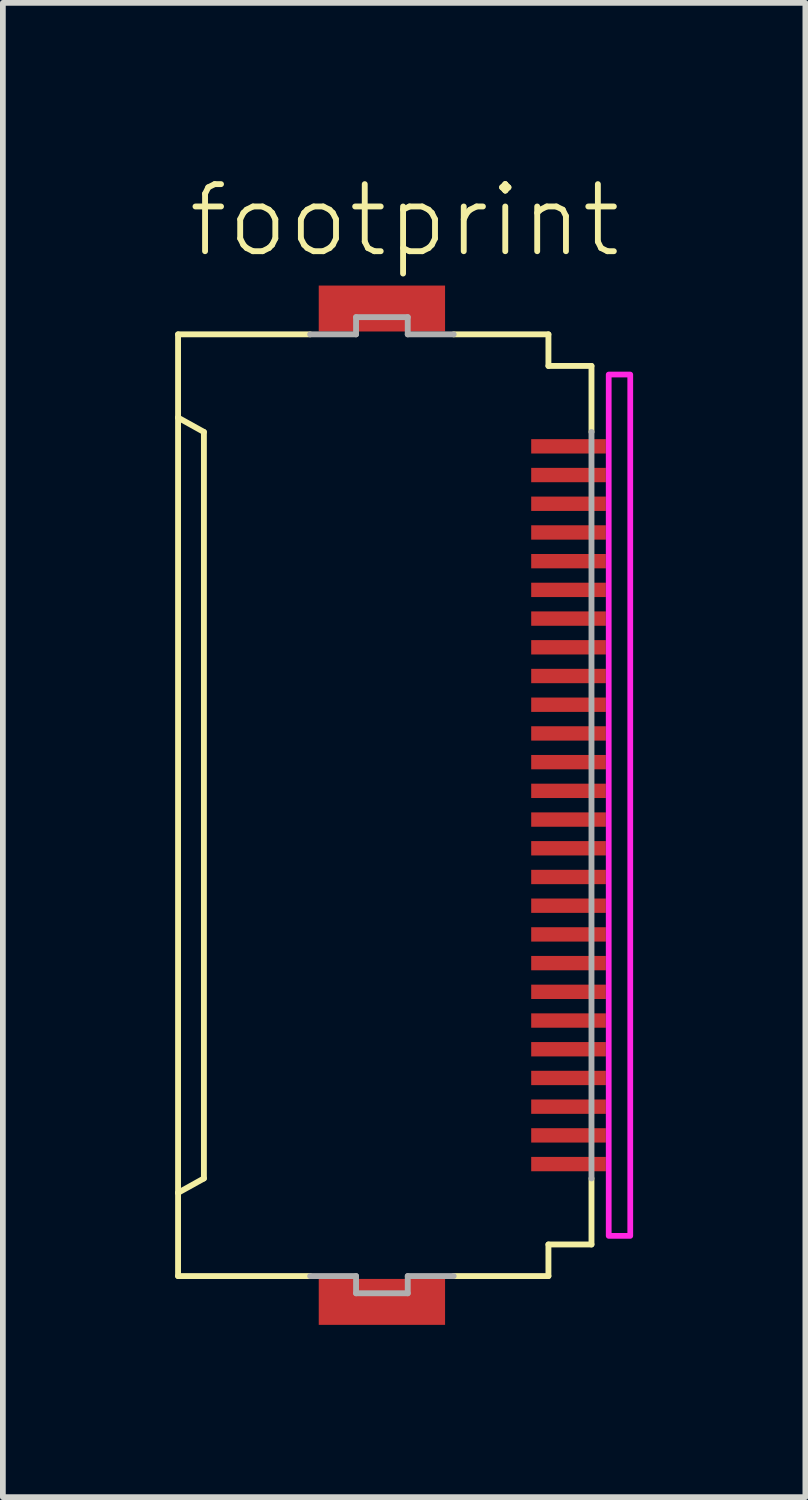
<source format=kicad_pcb>
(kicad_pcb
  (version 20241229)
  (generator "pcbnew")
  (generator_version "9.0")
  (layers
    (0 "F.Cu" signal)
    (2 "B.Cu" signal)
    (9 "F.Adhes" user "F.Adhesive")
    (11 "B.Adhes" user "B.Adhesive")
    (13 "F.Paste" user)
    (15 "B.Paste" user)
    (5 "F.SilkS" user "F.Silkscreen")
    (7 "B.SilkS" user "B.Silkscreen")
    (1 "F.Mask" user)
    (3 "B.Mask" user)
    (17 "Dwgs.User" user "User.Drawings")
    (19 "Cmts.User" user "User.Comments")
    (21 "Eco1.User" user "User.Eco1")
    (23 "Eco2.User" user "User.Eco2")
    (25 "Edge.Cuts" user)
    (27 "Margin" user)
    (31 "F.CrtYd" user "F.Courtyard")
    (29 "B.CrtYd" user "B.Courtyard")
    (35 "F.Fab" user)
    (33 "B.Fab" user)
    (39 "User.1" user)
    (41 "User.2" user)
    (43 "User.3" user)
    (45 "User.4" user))
  (footprint "footprint"
    (layer "F.Cu")
    (at 3.676 10.973)
    (property "Reference" "footprint" (at -3.5 -9.5 0) (layer "F.SilkS") (effects (font (size 1.168 1.168) (thickness 0.102)) (justify left bottom)))
    (fp_poly (pts (xy 2.475 -6.075) (xy 3.875 -6.075) (xy 3.875 -6.425) (xy 2.475 -6.425)) (stroke (width 0) (type solid)) (fill yes) (layer "F.Mask"))
    (fp_poly (pts (xy 2.475 -5.575) (xy 3.875 -5.575) (xy 3.875 -5.925) (xy 2.475 -5.925)) (stroke (width 0) (type solid)) (fill yes) (layer "F.Mask"))
    (fp_poly (pts (xy 2.475 -5.075) (xy 3.875 -5.075) (xy 3.875 -5.425) (xy 2.475 -5.425)) (stroke (width 0) (type solid)) (fill yes) (layer "F.Mask"))
    (fp_poly (pts (xy 2.475 -4.575) (xy 3.875 -4.575) (xy 3.875 -4.925) (xy 2.475 -4.925)) (stroke (width 0) (type solid)) (fill yes) (layer "F.Mask"))
    (fp_poly (pts (xy 2.475 -4.075) (xy 3.875 -4.075) (xy 3.875 -4.425) (xy 2.475 -4.425)) (stroke (width 0) (type solid)) (fill yes) (layer "F.Mask"))
    (fp_poly (pts (xy 2.475 -3.575) (xy 3.875 -3.575) (xy 3.875 -3.925) (xy 2.475 -3.925)) (stroke (width 0) (type solid)) (fill yes) (layer "F.Mask"))
    (fp_poly (pts (xy 2.475 -3.075) (xy 3.875 -3.075) (xy 3.875 -3.425) (xy 2.475 -3.425)) (stroke (width 0) (type solid)) (fill yes) (layer "F.Mask"))
    (fp_poly (pts (xy 2.475 -2.575) (xy 3.875 -2.575) (xy 3.875 -2.925) (xy 2.475 -2.925)) (stroke (width 0) (type solid)) (fill yes) (layer "F.Mask"))
    (fp_poly (pts (xy 2.475 -2.075) (xy 3.875 -2.075) (xy 3.875 -2.425) (xy 2.475 -2.425)) (stroke (width 0) (type solid)) (fill yes) (layer "F.Mask"))
    (fp_poly (pts (xy 2.475 -1.575) (xy 3.875 -1.575) (xy 3.875 -1.925) (xy 2.475 -1.925)) (stroke (width 0) (type solid)) (fill yes) (layer "F.Mask"))
    (fp_poly (pts (xy 2.475 -1.075) (xy 3.875 -1.075) (xy 3.875 -1.425) (xy 2.475 -1.425)) (stroke (width 0) (type solid)) (fill yes) (layer "F.Mask"))
    (fp_poly (pts (xy 2.475 -0.575) (xy 3.875 -0.575) (xy 3.875 -0.925) (xy 2.475 -0.925)) (stroke (width 0) (type solid)) (fill yes) (layer "F.Mask"))
    (fp_poly (pts (xy 2.475 -0.075) (xy 3.875 -0.075) (xy 3.875 -0.425) (xy 2.475 -0.425)) (stroke (width 0) (type solid)) (fill yes) (layer "F.Mask"))
    (fp_poly (pts (xy 2.475 0.425) (xy 3.875 0.425) (xy 3.875 0.075) (xy 2.475 0.075)) (stroke (width 0) (type solid)) (fill yes) (layer "F.Mask"))
    (fp_poly (pts (xy 2.475 0.925) (xy 3.875 0.925) (xy 3.875 0.575) (xy 2.475 0.575)) (stroke (width 0) (type solid)) (fill yes) (layer "F.Mask"))
    (fp_poly (pts (xy 2.475 1.425) (xy 3.875 1.425) (xy 3.875 1.075) (xy 2.475 1.075)) (stroke (width 0) (type solid)) (fill yes) (layer "F.Mask"))
    (fp_poly (pts (xy 2.475 1.925) (xy 3.875 1.925) (xy 3.875 1.575) (xy 2.475 1.575)) (stroke (width 0) (type solid)) (fill yes) (layer "F.Mask"))
    (fp_poly (pts (xy 2.475 2.425) (xy 3.875 2.425) (xy 3.875 2.075) (xy 2.475 2.075)) (stroke (width 0) (type solid)) (fill yes) (layer "F.Mask"))
    (fp_poly (pts (xy 2.475 2.925) (xy 3.875 2.925) (xy 3.875 2.575) (xy 2.475 2.575)) (stroke (width 0) (type solid)) (fill yes) (layer "F.Mask"))
    (fp_poly (pts (xy 2.475 3.425) (xy 3.875 3.425) (xy 3.875 3.075) (xy 2.475 3.075)) (stroke (width 0) (type solid)) (fill yes) (layer "F.Mask"))
    (fp_poly (pts (xy 2.475 3.925) (xy 3.875 3.925) (xy 3.875 3.575) (xy 2.475 3.575)) (stroke (width 0) (type solid)) (fill yes) (layer "F.Mask"))
    (fp_poly (pts (xy 2.475 4.425) (xy 3.875 4.425) (xy 3.875 4.075) (xy 2.475 4.075)) (stroke (width 0) (type solid)) (fill yes) (layer "F.Mask"))
    (fp_poly (pts (xy 2.475 4.925) (xy 3.875 4.925) (xy 3.875 4.575) (xy 2.475 4.575)) (stroke (width 0) (type solid)) (fill yes) (layer "F.Mask"))
    (fp_poly (pts (xy 2.475 5.425) (xy 3.875 5.425) (xy 3.875 5.075) (xy 2.475 5.075)) (stroke (width 0) (type solid)) (fill yes) (layer "F.Mask"))
    (fp_poly (pts (xy 2.475 5.925) (xy 3.875 5.925) (xy 3.875 5.575) (xy 2.475 5.575)) (stroke (width 0) (type solid)) (fill yes) (layer "F.Mask"))
    (fp_poly (pts (xy 2.475 6.425) (xy 3.875 6.425) (xy 3.875 6.075) (xy 2.475 6.075)) (stroke (width 0) (type solid)) (fill yes) (layer "F.Mask"))
    (fp_line (start -3.625 -8.2) (end -1.325 -8.2) (stroke (width 0.102) (type solid)) (layer "F.SilkS"))
    (fp_line (start -3.625 -6.75) (end -3.625 -8.2) (stroke (width 0.102) (type solid)) (layer "F.SilkS"))
    (fp_line (start -3.625 -6.75) (end -3.625 6.75) (stroke (width 0.102) (type solid)) (layer "F.SilkS"))
    (fp_line (start -3.625 6.75) (end -3.175 6.5) (stroke (width 0.102) (type solid)) (layer "F.SilkS"))
    (fp_line (start -3.625 8.2) (end -3.625 6.75) (stroke (width 0.102) (type solid)) (layer "F.SilkS"))
    (fp_line (start -3.175 -6.5) (end -3.625 -6.75) (stroke (width 0.102) (type solid)) (layer "F.SilkS"))
    (fp_line (start -3.175 6.5) (end -3.175 -6.5) (stroke (width 0.102) (type solid)) (layer "F.SilkS"))
    (fp_line (start -1.325 8.2) (end -3.625 8.2) (stroke (width 0.102) (type solid)) (layer "F.SilkS"))
    (fp_line (start 1.175 -8.2) (end 2.825 -8.2) (stroke (width 0.102) (type solid)) (layer "F.SilkS"))
    (fp_line (start 1.175 8.2) (end 2.825 8.2) (stroke (width 0.102) (type solid)) (layer "F.SilkS"))
    (fp_line (start 2.825 -8.2) (end 2.825 -7.65) (stroke (width 0.102) (type solid)) (layer "F.SilkS"))
    (fp_line (start 2.825 -7.65) (end 3.575 -7.65) (stroke (width 0.102) (type solid)) (layer "F.SilkS"))
    (fp_line (start 2.825 7.65) (end 2.825 8.2) (stroke (width 0.102) (type solid)) (layer "F.SilkS"))
    (fp_line (start 2.825 7.65) (end 3.575 7.65) (stroke (width 0.102) (type solid)) (layer "F.SilkS"))
    (fp_line (start 3.575 -7.65) (end 3.575 -6.5) (stroke (width 0.102) (type solid)) (layer "F.SilkS"))
    (fp_line (start 3.575 6.5) (end 3.575 7.65) (stroke (width 0.102) (type solid)) (layer "F.SilkS"))
    (fp_poly (pts (xy 3.875 7.5) (xy 4.25 7.5) (xy 4.25 -7.5) (xy 3.875 -7.5)) (stroke (width 0.1) (type solid)) (fill no) (layer "F.CrtYd"))
    (fp_line (start -1.325 -8.2) (end -0.525 -8.2) (stroke (width 0.102) (type solid)) (layer "F.Fab"))
    (fp_line (start -0.525 -8.5) (end 0.375 -8.5) (stroke (width 0.102) (type solid)) (layer "F.Fab"))
    (fp_line (start -0.525 -8.2) (end -0.525 -8.5) (stroke (width 0.102) (type solid)) (layer "F.Fab"))
    (fp_line (start -0.525 8.2) (end -1.325 8.2) (stroke (width 0.102) (type solid)) (layer "F.Fab"))
    (fp_line (start -0.525 8.5) (end -0.525 8.2) (stroke (width 0.102) (type solid)) (layer "F.Fab"))
    (fp_line (start 0.375 -8.5) (end 0.375 -8.2) (stroke (width 0.102) (type solid)) (layer "F.Fab"))
    (fp_line (start 0.375 -8.2) (end 1.175 -8.2) (stroke (width 0.102) (type solid)) (layer "F.Fab"))
    (fp_line (start 0.375 8.2) (end 0.375 8.5) (stroke (width 0.102) (type solid)) (layer "F.Fab"))
    (fp_line (start 0.375 8.5) (end -0.525 8.5) (stroke (width 0.102) (type solid)) (layer "F.Fab"))
    (fp_line (start 1.175 8.2) (end 0.375 8.2) (stroke (width 0.102) (type solid)) (layer "F.Fab"))
    (fp_line (start 3.575 -6.5) (end 3.575 6.5) (stroke (width 0.102) (type solid)) (layer "F.Fab"))
    (pad "1" smd rect (at 3.175 -6.25) (size 1.3 0.25) (layers "F.Cu" "F.Paste"))
    (pad "2" smd rect (at 3.175 -5.75) (size 1.3 0.25) (layers "F.Cu" "F.Paste"))
    (pad "3" smd rect (at 3.175 -5.25) (size 1.3 0.25) (layers "F.Cu" "F.Paste"))
    (pad "4" smd rect (at 3.175 -4.75) (size 1.3 0.25) (layers "F.Cu" "F.Paste"))
    (pad "5" smd rect (at 3.175 -4.25) (size 1.3 0.25) (layers "F.Cu" "F.Paste"))
    (pad "6" smd rect (at 3.175 -3.75) (size 1.3 0.25) (layers "F.Cu" "F.Paste"))
    (pad "7" smd rect (at 3.175 -3.25) (size 1.3 0.25) (layers "F.Cu" "F.Paste"))
    (pad "8" smd rect (at 3.175 -2.75) (size 1.3 0.25) (layers "F.Cu" "F.Paste"))
    (pad "9" smd rect (at 3.175 -2.25) (size 1.3 0.25) (layers "F.Cu" "F.Paste"))
    (pad "10" smd rect (at 3.175 -1.75) (size 1.3 0.25) (layers "F.Cu" "F.Paste"))
    (pad "11" smd rect (at 3.175 -1.25) (size 1.3 0.25) (layers "F.Cu" "F.Paste"))
    (pad "12" smd rect (at 3.175 -0.75) (size 1.3 0.25) (layers "F.Cu" "F.Paste"))
    (pad "13" smd rect (at 3.175 -0.25) (size 1.3 0.25) (layers "F.Cu" "F.Paste"))
    (pad "14" smd rect (at 3.175 0.25) (size 1.3 0.25) (layers "F.Cu" "F.Paste"))
    (pad "15" smd rect (at 3.175 0.75) (size 1.3 0.25) (layers "F.Cu" "F.Paste"))
    (pad "16" smd rect (at 3.175 1.25) (size 1.3 0.25) (layers "F.Cu" "F.Paste"))
    (pad "17" smd rect (at 3.175 1.75) (size 1.3 0.25) (layers "F.Cu" "F.Paste"))
    (pad "18" smd rect (at 3.175 2.25) (size 1.3 0.25) (layers "F.Cu" "F.Paste"))
    (pad "19" smd rect (at 3.175 2.75) (size 1.3 0.25) (layers "F.Cu" "F.Paste"))
    (pad "20" smd rect (at 3.175 3.25) (size 1.3 0.25) (layers "F.Cu" "F.Paste"))
    (pad "21" smd rect (at 3.175 3.75) (size 1.3 0.25) (layers "F.Cu" "F.Paste"))
    (pad "22" smd rect (at 3.175 4.25) (size 1.3 0.25) (layers "F.Cu" "F.Paste"))
    (pad "23" smd rect (at 3.175 4.75) (size 1.3 0.25) (layers "F.Cu" "F.Paste"))
    (pad "24" smd rect (at 3.175 5.25) (size 1.3 0.25) (layers "F.Cu" "F.Paste"))
    (pad "25" smd rect (at 3.175 5.75) (size 1.3 0.25) (layers "F.Cu" "F.Paste"))
    (pad "26" smd rect (at 3.175 6.25) (size 1.3 0.25) (layers "F.Cu" "F.Paste"))
    (pad "M1" smd rect (at -0.075 -8.65) (size 2.2 0.8) (layers "F.Cu" "F.Mask" "F.Paste"))
    (pad "M2" smd rect (at -0.075 8.65) (size 2.2 0.8) (layers "F.Cu" "F.Mask" "F.Paste"))
    (zone (net_name "") (layers "F.Cu" "B.Cu") (hatch edge 0.508) (connect_pads) (min_thickness 0.254) (filled_areas_thickness no) (keepout (tracks allowed) (vias not_allowed) (pads allowed) (copperpour allowed) (footprints allowed)) (placement (enabled no)) (fill) (polygon (pts (xy 3.901 17.473) (xy 6.151 17.473) (xy 6.151 4.473) (xy 3.901 4.473)))))
  (gr_rect
    (start -3 -3)
    (end 10.976 23.023)
    (stroke (width 0.1) (type default))
    (fill no)
    (layer "Edge.Cuts")))
</source>
